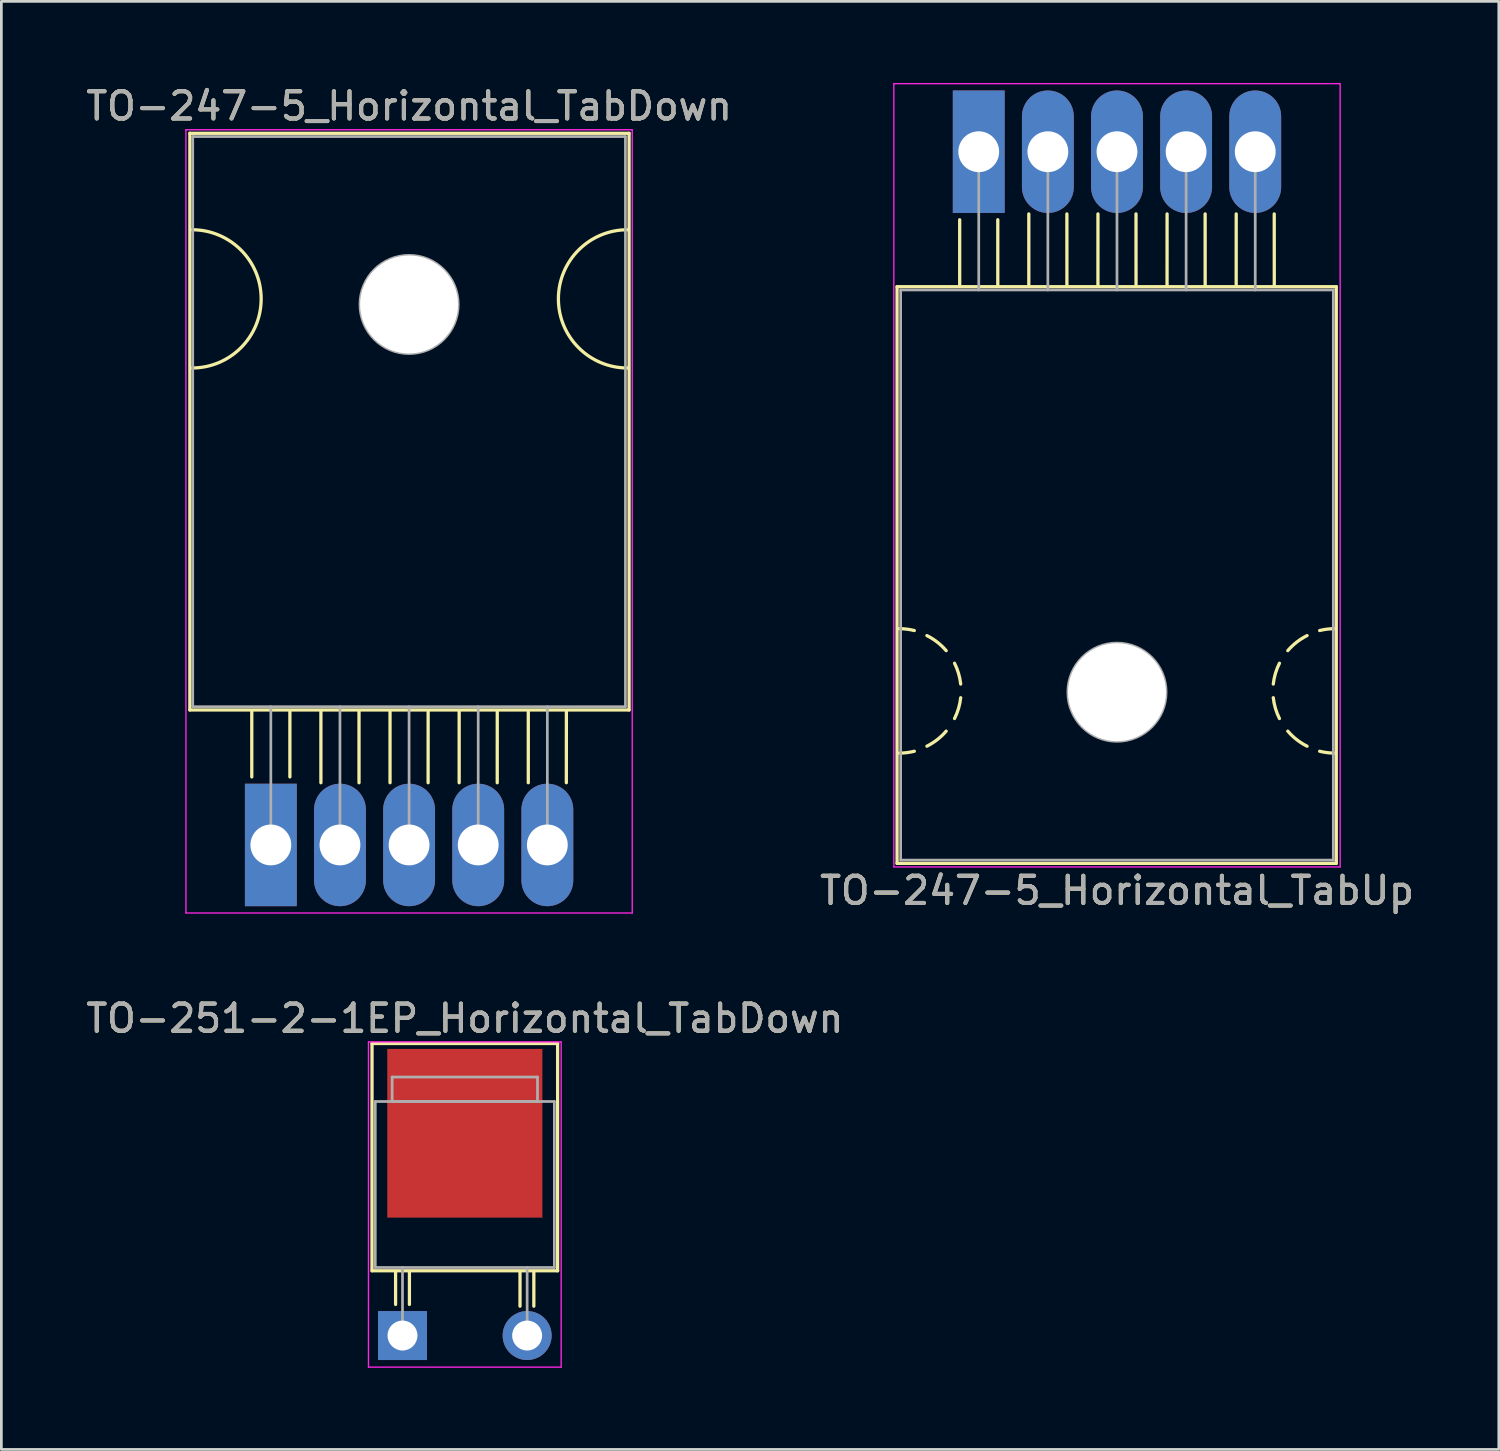
<source format=kicad_pcb>
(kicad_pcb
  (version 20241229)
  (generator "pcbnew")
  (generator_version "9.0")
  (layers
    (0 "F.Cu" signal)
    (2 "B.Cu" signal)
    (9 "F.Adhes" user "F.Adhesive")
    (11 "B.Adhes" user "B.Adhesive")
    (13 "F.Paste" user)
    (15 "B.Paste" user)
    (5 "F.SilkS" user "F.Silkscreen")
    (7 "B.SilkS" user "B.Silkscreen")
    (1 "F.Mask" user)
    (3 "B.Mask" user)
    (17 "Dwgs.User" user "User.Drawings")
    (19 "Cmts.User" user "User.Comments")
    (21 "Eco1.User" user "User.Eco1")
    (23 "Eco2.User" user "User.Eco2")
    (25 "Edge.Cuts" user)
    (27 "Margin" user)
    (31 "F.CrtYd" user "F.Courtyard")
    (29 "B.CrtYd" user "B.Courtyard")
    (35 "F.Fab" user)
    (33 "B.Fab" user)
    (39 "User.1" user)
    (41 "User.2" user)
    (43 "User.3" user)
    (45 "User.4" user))
  (footprint "TO-251-2-1EP_Horizontal_TabDown"
    (layer "F.Cu")
    (at 11.74 46.025)
    (property "Reference" "TO-251-2-1EP_Horizontal_TabDown" (at 2.29 -11.653 0) (layer "F.SilkS") (effects (font (size 1 1) (thickness 0.15))))
    (attr through_hole)
    (fp_line (start -1.12 -10.732) (end -1.12 -2.38) (stroke (width 0.12) (type solid)) (layer "F.SilkS"))
    (fp_line (start -1.12 -10.732) (end 5.7 -10.732) (stroke (width 0.12) (type solid)) (layer "F.SilkS"))
    (fp_line (start -1.12 -2.38) (end 5.7 -2.38) (stroke (width 0.12) (type solid)) (layer "F.SilkS"))
    (fp_line (start -0.254 -2.349) (end -0.254 -1.143) (stroke (width 0.12) (type solid)) (layer "F.SilkS"))
    (fp_line (start 0.254 -1.143) (end 0.254 -2.349) (stroke (width 0.12) (type solid)) (layer "F.SilkS"))
    (fp_line (start 4.318 -2.349) (end 4.318 -1.079) (stroke (width 0.12) (type solid)) (layer "F.SilkS"))
    (fp_line (start 4.826 -1.079) (end 4.826 -2.349) (stroke (width 0.12) (type solid)) (layer "F.SilkS"))
    (fp_line (start 5.7 -10.732) (end 5.7 -2.38) (stroke (width 0.12) (type solid)) (layer "F.SilkS"))
    (fp_line (start -1.25 -10.79) (end -1.25 1.16) (stroke (width 0.05) (type solid)) (layer "F.CrtYd"))
    (fp_line (start -1.25 1.16) (end 5.83 1.16) (stroke (width 0.05) (type solid)) (layer "F.CrtYd"))
    (fp_line (start 5.83 -10.79) (end -1.25 -10.79) (stroke (width 0.05) (type solid)) (layer "F.CrtYd"))
    (fp_line (start 5.83 1.16) (end 5.83 -10.79) (stroke (width 0.05) (type solid)) (layer "F.CrtYd"))
    (fp_line (start -1 -8.6) (end 5.58 -8.6) (stroke (width 0.1) (type solid)) (layer "F.Fab"))
    (fp_line (start -1 -2.5) (end -1 -8.6) (stroke (width 0.1) (type solid)) (layer "F.Fab"))
    (fp_line (start -0.38 -9.5) (end 4.96 -9.5) (stroke (width 0.1) (type solid)) (layer "F.Fab"))
    (fp_line (start -0.38 -8.6) (end -0.38 -9.5) (stroke (width 0.1) (type solid)) (layer "F.Fab"))
    (fp_line (start 0 -2.5) (end 0 0) (stroke (width 0.1) (type solid)) (layer "F.Fab"))
    (fp_line (start 4.58 -2.5) (end 4.58 0) (stroke (width 0.1) (type solid)) (layer "F.Fab"))
    (fp_line (start 4.96 -9.5) (end 4.96 -8.6) (stroke (width 0.1) (type solid)) (layer "F.Fab"))
    (fp_line (start 4.96 -8.6) (end -0.38 -8.6) (stroke (width 0.1) (type solid)) (layer "F.Fab"))
    (fp_line (start 5.58 -8.6) (end 5.58 -2.5) (stroke (width 0.1) (type solid)) (layer "F.Fab"))
    (fp_line (start 5.58 -2.5) (end -1 -2.5) (stroke (width 0.1) (type solid)) (layer "F.Fab"))
    (fp_text user "${REFERENCE}" (at 2.29 -11.653 0) (layer "F.Fab") (effects (font (size 1 1) (thickness 0.15))))
    (pad "1" thru_hole rect (at 0 0) (size 1.8 1.8) (drill 1.1) (layers "*.Cu" "*.Mask"))
    (pad "2" thru_hole oval (at 4.58 0) (size 1.8 1.8) (drill 1.1) (layers "*.Cu" "*.Mask"))
    (pad "3" smd rect (at 2.29 -7.433) (size 5.7 6.2) (layers "F.Cu" "F.Mask" "F.Paste")))
  (footprint "TO-247-5_Horizontal_TabDown"
    (layer "F.Cu")
    (at 6.902 27.998)
    (property "Reference" "TO-247-5_Horizontal_TabDown" (at 5.08 -27.15 0) (layer "F.SilkS") (effects (font (size 1 1) (thickness 0.15))))
    (attr through_hole)
    (fp_line (start -2.976 -26.15) (end -2.976 -4.96) (stroke (width 0.12) (type solid)) (layer "F.SilkS"))
    (fp_line (start -2.976 -26.15) (end 13.164 -26.15) (stroke (width 0.12) (type solid)) (layer "F.SilkS"))
    (fp_line (start -2.976 -4.96) (end 13.164 -4.96) (stroke (width 0.12) (type solid)) (layer "F.SilkS"))
    (fp_line (start -0.7 -4.9) (end -0.7 -2.5) (stroke (width 0.12) (type solid)) (layer "F.SilkS"))
    (fp_line (start 0.7 -2.5) (end 0.7 -4.9) (stroke (width 0.12) (type solid)) (layer "F.SilkS"))
    (fp_line (start 1.84 -4.9) (end 1.84 -2.286) (stroke (width 0.12) (type solid)) (layer "F.SilkS"))
    (fp_line (start 3.24 -2.286) (end 3.24 -4.9) (stroke (width 0.12) (type solid)) (layer "F.SilkS"))
    (fp_line (start 4.38 -4.9) (end 4.38 -2.286) (stroke (width 0.12) (type solid)) (layer "F.SilkS"))
    (fp_line (start 5.779 -2.286) (end 5.78 -4.9) (stroke (width 0.12) (type solid)) (layer "F.SilkS"))
    (fp_line (start 6.92 -4.9) (end 6.92 -2.286) (stroke (width 0.12) (type solid)) (layer "F.SilkS"))
    (fp_line (start 8.319 -2.286) (end 8.32 -4.9) (stroke (width 0.12) (type solid)) (layer "F.SilkS"))
    (fp_line (start 9.46 -4.9) (end 9.46 -2.286) (stroke (width 0.12) (type solid)) (layer "F.SilkS"))
    (fp_line (start 10.858 -2.286) (end 10.86 -4.9) (stroke (width 0.12) (type solid)) (layer "F.SilkS"))
    (fp_line (start 13.164 -26.15) (end 13.164 -4.96) (stroke (width 0.12) (type solid)) (layer "F.SilkS"))
    (fp_arc (start -2.8956 -22.606) (mid -0.3556 -20.066) (end -2.8956 -17.526) (stroke (width 0.12) (type solid)) (layer "F.SilkS"))
    (fp_arc (start 13.1064 -17.526) (mid 10.5664 -20.066) (end 13.1064 -22.606) (stroke (width 0.12) (type solid)) (layer "F.SilkS"))
    (fp_line (start -3.12 -26.28) (end -3.12 2.5) (stroke (width 0.05) (type solid)) (layer "F.CrtYd"))
    (fp_line (start -3.12 2.5) (end 13.28 2.5) (stroke (width 0.05) (type solid)) (layer "F.CrtYd"))
    (fp_line (start 13.28 -26.28) (end -3.12 -26.28) (stroke (width 0.05) (type solid)) (layer "F.CrtYd"))
    (fp_line (start 13.28 2.5) (end 13.28 -26.28) (stroke (width 0.05) (type solid)) (layer "F.CrtYd"))
    (fp_line (start -2.87 -26.03) (end 13.03 -26.03) (stroke (width 0.1) (type solid)) (layer "F.Fab"))
    (fp_line (start -2.87 -5.08) (end -2.87 -26.03) (stroke (width 0.1) (type solid)) (layer "F.Fab"))
    (fp_line (start 0 -5.08) (end 0 0) (stroke (width 0.1) (type solid)) (layer "F.Fab"))
    (fp_line (start 2.54 -5.08) (end 2.54 0) (stroke (width 0.1) (type solid)) (layer "F.Fab"))
    (fp_line (start 5.08 -5.08) (end 5.08 0) (stroke (width 0.1) (type solid)) (layer "F.Fab"))
    (fp_line (start 7.62 -5.08) (end 7.62 0) (stroke (width 0.1) (type solid)) (layer "F.Fab"))
    (fp_line (start 10.16 -5.08) (end 10.16 0) (stroke (width 0.1) (type solid)) (layer "F.Fab"))
    (fp_line (start 13.03 -26.03) (end 13.03 -5.08) (stroke (width 0.1) (type solid)) (layer "F.Fab"))
    (fp_line (start 13.03 -5.08) (end -2.87 -5.08) (stroke (width 0.1) (type solid)) (layer "F.Fab"))
    (fp_circle (center 5.08 -19.86) (end 6.885 -19.86) (stroke (width 0.1) (type solid)) (fill no) (layer "F.Fab"))
    (fp_text user "${REFERENCE}" (at 5.08 -27.15 0) (layer "F.Fab") (effects (font (size 1 1) (thickness 0.15))))
    (pad "" np_thru_hole oval (at 5.08 -19.86) (size 3.6 3.6) (drill 3.6) (layers "*.Cu" "*.Mask"))
    (pad "1" thru_hole rect (at 0 0) (size 1.905 4.5) (drill 1.5) (layers "*.Cu" "*.Mask"))
    (pad "2" thru_hole oval (at 2.54 0) (size 1.905 4.5) (drill 1.5) (layers "*.Cu" "*.Mask"))
    (pad "3" thru_hole oval (at 5.08 0) (size 1.905 4.5) (drill 1.5) (layers "*.Cu" "*.Mask"))
    (pad "4" thru_hole oval (at 7.62 0) (size 1.905 4.5) (drill 1.5) (layers "*.Cu" "*.Mask"))
    (pad "5" thru_hole oval (at 10.16 0) (size 1.905 4.5) (drill 1.5) (layers "*.Cu" "*.Mask")))
  (footprint "TO-247-5_Horizontal_TabUp"
    (layer "F.Cu")
    (at 32.914 2.525)
    (property "Reference" "TO-247-5_Horizontal_TabUp" (at 5.08 27.15 0) (layer "F.SilkS") (effects (font (size 1 1) (thickness 0.15))))
    (attr through_hole)
    (fp_line (start -3.001 4.96) (end -3.001 26.15) (stroke (width 0.12) (type solid)) (layer "F.SilkS"))
    (fp_line (start -3.001 4.96) (end 13.139 4.96) (stroke (width 0.12) (type solid)) (layer "F.SilkS"))
    (fp_line (start -3.001 26.15) (end 13.139 26.15) (stroke (width 0.12) (type solid)) (layer "F.SilkS"))
    (fp_line (start -0.7 4.9) (end -0.7 2.5) (stroke (width 0.12) (type solid)) (layer "F.SilkS"))
    (fp_line (start 0.7 2.5) (end 0.7 4.9) (stroke (width 0.12) (type solid)) (layer "F.SilkS"))
    (fp_line (start 1.84 4.9) (end 1.84 2.286) (stroke (width 0.12) (type solid)) (layer "F.SilkS"))
    (fp_line (start 3.239 2.286) (end 3.24 4.9) (stroke (width 0.12) (type solid)) (layer "F.SilkS"))
    (fp_line (start 4.38 4.9) (end 4.381 2.286) (stroke (width 0.12) (type solid)) (layer "F.SilkS"))
    (fp_line (start 5.779 2.286) (end 5.78 4.9) (stroke (width 0.12) (type solid)) (layer "F.SilkS"))
    (fp_line (start 6.92 4.9) (end 6.921 2.286) (stroke (width 0.12) (type solid)) (layer "F.SilkS"))
    (fp_line (start 8.319 2.286) (end 8.32 4.9) (stroke (width 0.12) (type solid)) (layer "F.SilkS"))
    (fp_line (start 9.46 4.9) (end 9.461 2.286) (stroke (width 0.12) (type solid)) (layer "F.SilkS"))
    (fp_line (start 10.858 2.286) (end 10.86 4.9) (stroke (width 0.12) (type solid)) (layer "F.SilkS"))
    (fp_line (start 13.139 4.96) (end 13.139 26.15) (stroke (width 0.12) (type solid)) (layer "F.SilkS"))
    (fp_arc (start -2.921 17.526) (mid -2.641689 17.543128) (end -2.366564 17.594254) (stroke (width 0.12) (type solid)) (layer "F.SilkS"))
    (fp_arc (start -2.366564 22.029746) (mid -2.641689 22.080872) (end -2.921 22.098) (stroke (width 0.12) (type solid)) (layer "F.SilkS"))
    (fp_arc (start -1.905001 17.780001) (mid -1.52288 18.02132) (end -1.196088 18.333504) (stroke (width 0.12) (type solid)) (layer "F.SilkS"))
    (fp_arc (start -1.196087 21.290497) (mid -1.522879 21.60268) (end -1.905 21.844) (stroke (width 0.12) (type solid)) (layer "F.SilkS"))
    (fp_arc (start -0.889001 18.796001) (mid -0.742178 19.168563) (end -0.663051 19.561117) (stroke (width 0.12) (type solid)) (layer "F.SilkS"))
    (fp_arc (start -0.663051 20.062883) (mid -0.742178 20.455437) (end -0.889001 20.827999) (stroke (width 0.12) (type solid)) (layer "F.SilkS"))
    (fp_arc (start 10.823051 19.561117) (mid 10.902178 19.168563) (end 11.049001 18.796001) (stroke (width 0.12) (type solid)) (layer "F.SilkS"))
    (fp_arc (start 11.049001 20.827999) (mid 10.902178 20.455437) (end 10.823051 20.062883) (stroke (width 0.12) (type solid)) (layer "F.SilkS"))
    (fp_arc (start 11.356087 18.333503) (mid 11.682879 18.02132) (end 12.065 17.78) (stroke (width 0.12) (type solid)) (layer "F.SilkS"))
    (fp_arc (start 12.065001 21.843999) (mid 11.68288 21.60268) (end 11.356088 21.290496) (stroke (width 0.12) (type solid)) (layer "F.SilkS"))
    (fp_arc (start 12.526564 17.594254) (mid 12.801689 17.543128) (end 13.081 17.526) (stroke (width 0.12) (type solid)) (layer "F.SilkS"))
    (fp_arc (start 13.081 22.098) (mid 12.801689 22.080872) (end 12.526564 22.029746) (stroke (width 0.12) (type solid)) (layer "F.SilkS"))
    (fp_line (start -3.12 -2.5) (end -3.12 26.28) (stroke (width 0.05) (type solid)) (layer "F.CrtYd"))
    (fp_line (start -3.12 26.28) (end 13.28 26.28) (stroke (width 0.05) (type solid)) (layer "F.CrtYd"))
    (fp_line (start 13.28 -2.5) (end -3.12 -2.5) (stroke (width 0.05) (type solid)) (layer "F.CrtYd"))
    (fp_line (start 13.28 26.28) (end 13.28 -2.5) (stroke (width 0.05) (type solid)) (layer "F.CrtYd"))
    (fp_line (start -2.87 5.08) (end -2.87 26.03) (stroke (width 0.1) (type solid)) (layer "F.Fab"))
    (fp_line (start -2.87 26.03) (end 13.03 26.03) (stroke (width 0.1) (type solid)) (layer "F.Fab"))
    (fp_line (start 0 5.08) (end 0 0) (stroke (width 0.1) (type solid)) (layer "F.Fab"))
    (fp_line (start 2.54 5.08) (end 2.54 0) (stroke (width 0.1) (type solid)) (layer "F.Fab"))
    (fp_line (start 5.08 5.08) (end 5.08 0) (stroke (width 0.1) (type solid)) (layer "F.Fab"))
    (fp_line (start 7.62 5.08) (end 7.62 0) (stroke (width 0.1) (type solid)) (layer "F.Fab"))
    (fp_line (start 10.16 5.08) (end 10.16 0) (stroke (width 0.1) (type solid)) (layer "F.Fab"))
    (fp_line (start 13.03 5.08) (end -2.87 5.08) (stroke (width 0.1) (type solid)) (layer "F.Fab"))
    (fp_line (start 13.03 26.03) (end 13.03 5.08) (stroke (width 0.1) (type solid)) (layer "F.Fab"))
    (fp_circle (center 5.08 19.86) (end 6.885 19.86) (stroke (width 0.1) (type solid)) (fill no) (layer "F.Fab"))
    (fp_text user "${REFERENCE}" (at 5.08 27.15 0) (layer "F.Fab") (effects (font (size 1 1) (thickness 0.15))))
    (pad "" np_thru_hole oval (at 5.08 19.86) (size 3.6 3.6) (drill 3.6) (layers "*.Cu" "*.Mask"))
    (pad "1" thru_hole rect (at 0 0) (size 1.905 4.5) (drill 1.5) (layers "*.Cu" "*.Mask"))
    (pad "2" thru_hole oval (at 2.54 0) (size 1.905 4.5) (drill 1.5) (layers "*.Cu" "*.Mask"))
    (pad "3" thru_hole oval (at 5.08 0) (size 1.905 4.5) (drill 1.5) (layers "*.Cu" "*.Mask"))
    (pad "4" thru_hole oval (at 7.62 0) (size 1.905 4.5) (drill 1.5) (layers "*.Cu" "*.Mask"))
    (pad "5" thru_hole oval (at 10.16 0) (size 1.905 4.5) (drill 1.5) (layers "*.Cu" "*.Mask")))
  (gr_rect
    (start -3 -3)
    (end 52.024 50.21)
    (stroke (width 0.1) (type default))
    (fill no)
    (layer "Edge.Cuts")))
</source>
